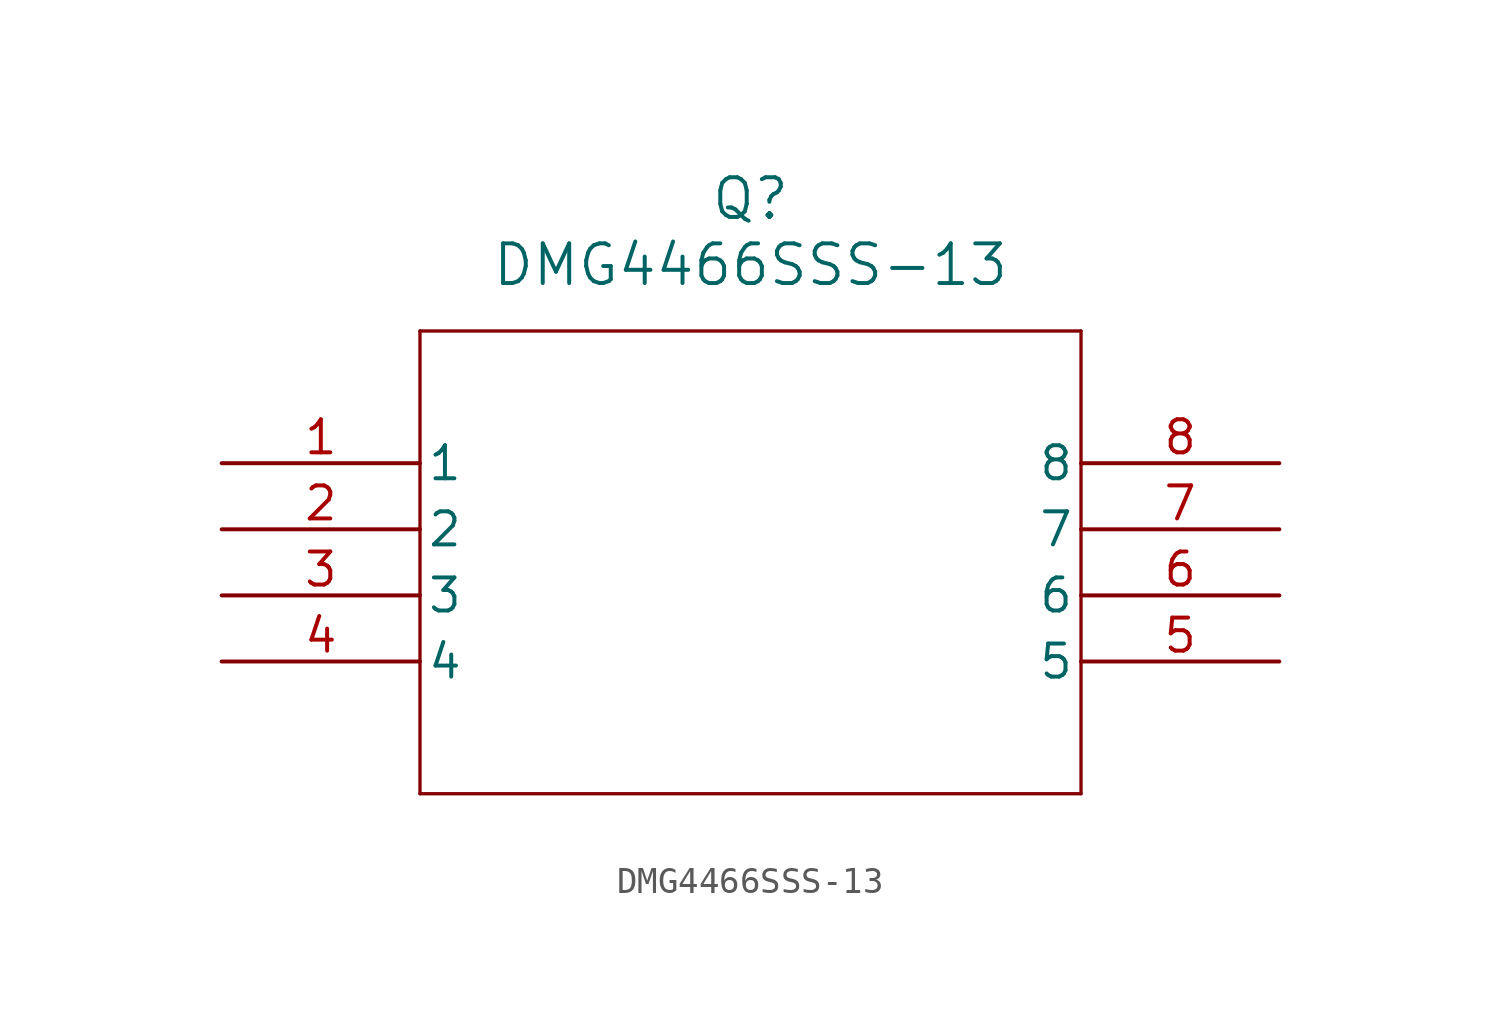
<source format=kicad_sym>
(kicad_symbol_lib
  (version 20211014)
  (generator kicad_symbol_editor)
  (symbol "DMG4466SSS-13"
    (pin_names
      (offset 0.254))
    (property "Reference" "Q"
      (at 20.32 10.16 0)
      (effects (font (size 1.524 1.524))))
    (property "Value" "DMG4466SSS-13"
      (at 20.32 7.62 0)
      (effects (font (size 1.524 1.524))))
    (polyline
      (pts (xy 7.62 5.08) (xy 7.62 -12.7))
      (stroke (width 0.127) (type default) (color 0 0 0 0))
      (fill (type none)))
    (polyline
      (pts (xy 7.62 -12.7) (xy 33.02 -12.7))
      (stroke (width 0.127) (type default) (color 0 0 0 0))
      (fill (type none)))
    (polyline
      (pts (xy 33.02 -12.7) (xy 33.02 5.08))
      (stroke (width 0.127) (type default) (color 0 0 0 0))
      (fill (type none)))
    (polyline
      (pts (xy 33.02 5.08) (xy 7.62 5.08))
      (stroke (width 0.127) (type default) (color 0 0 0 0))
      (fill (type none)))
    (pin unspecified line
      (at 0 0 0)
      (length 7.62)
      (name "1" (effects (font (size 1.27 1.27))))
      (number "1" (effects (font (size 1.27 1.27)))))
    (pin unspecified line
      (at 0 -2.54 0)
      (length 7.62)
      (name "2" (effects (font (size 1.27 1.27))))
      (number "2" (effects (font (size 1.27 1.27)))))
    (pin unspecified line
      (at 0 -5.08 0)
      (length 7.62)
      (name "3" (effects (font (size 1.27 1.27))))
      (number "3" (effects (font (size 1.27 1.27)))))
    (pin unspecified line
      (at 0 -7.62 0)
      (length 7.62)
      (name "4" (effects (font (size 1.27 1.27))))
      (number "4" (effects (font (size 1.27 1.27)))))
    (pin unspecified line
      (at 40.64 -7.62 180)
      (length 7.62)
      (name "5" (effects (font (size 1.27 1.27))))
      (number "5" (effects (font (size 1.27 1.27)))))
    (pin unspecified line
      (at 40.64 -5.08 180)
      (length 7.62)
      (name "6" (effects (font (size 1.27 1.27))))
      (number "6" (effects (font (size 1.27 1.27)))))
    (pin unspecified line
      (at 40.64 -2.54 180)
      (length 7.62)
      (name "7" (effects (font (size 1.27 1.27))))
      (number "7" (effects (font (size 1.27 1.27)))))
    (pin unspecified line
      (at 40.64 0 180)
      (length 7.62)
      (name "8" (effects (font (size 1.27 1.27))))
      (number "8" (effects (font (size 1.27 1.27)))))))
</source>
